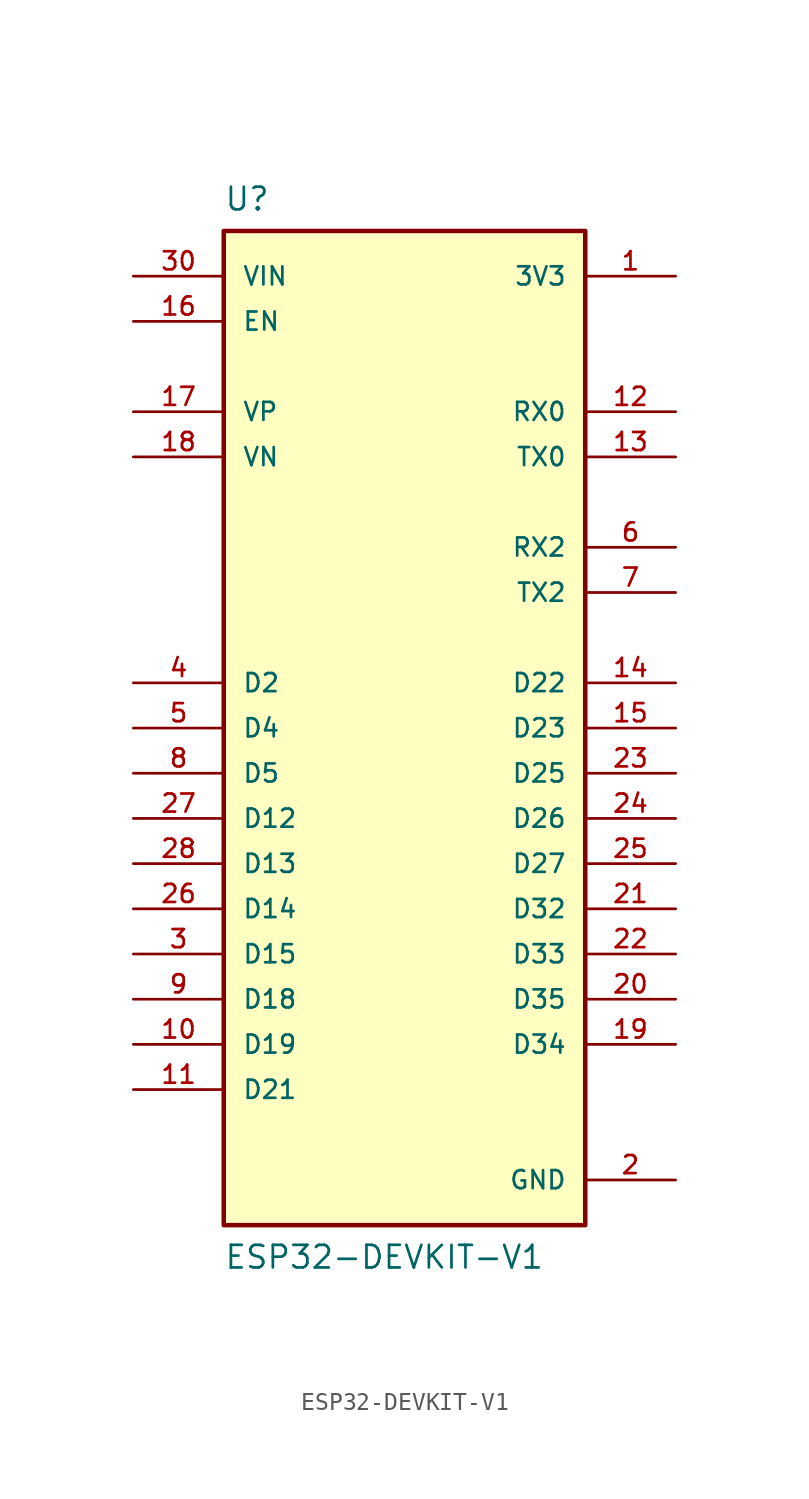
<source format=kicad_sym>
(kicad_symbol_lib
  (version 20241209)
  (generator "kicad_symbol_editor")
  (generator_version "9.0")
  (symbol "ESP32-DEVKIT-V1"
    (pin_names
      (offset 1.016))
    (property "Reference" "U"
      (at -10.16 30.48 0)
      (effects (font (size 1.27 1.27)) (justify left top)))
    (property "Value" "ESP32-DEVKIT-V1"
      (at -10.16 -30.48 0)
      (effects (font (size 1.27 1.27)) (justify left bottom)))
    (symbol "ESP32-DEVKIT-V1_0_0"
      (rectangle (start -10.16 -27.94) (end 10.16 27.94) (stroke (width 0.254) (type default)) (fill (type background)))
      (pin input line (at -15.24 25.4 0) (length 5.08) (name "VIN" (effects (font (size 1.016 1.016)))) (number "30" (effects (font (size 1.016 1.016)))))
      (pin input line (at -15.24 22.86 0) (length 5.08) (name "EN" (effects (font (size 1.016 1.016)))) (number "16" (effects (font (size 1.016 1.016)))))
      (pin bidirectional line (at -15.24 17.78 0) (length 5.08) (name "VP" (effects (font (size 1.016 1.016)))) (number "17" (effects (font (size 1.016 1.016)))))
      (pin bidirectional line (at -15.24 15.24 0) (length 5.08) (name "VN" (effects (font (size 1.016 1.016)))) (number "18" (effects (font (size 1.016 1.016)))))
      (pin bidirectional line (at -15.24 2.54 0) (length 5.08) (name "D2" (effects (font (size 1.016 1.016)))) (number "4" (effects (font (size 1.016 1.016)))))
      (pin bidirectional line (at -15.24 0 0) (length 5.08) (name "D4" (effects (font (size 1.016 1.016)))) (number "5" (effects (font (size 1.016 1.016)))))
      (pin bidirectional line (at -15.24 -2.54 0) (length 5.08) (name "D5" (effects (font (size 1.016 1.016)))) (number "8" (effects (font (size 1.016 1.016)))))
      (pin bidirectional line (at -15.24 -5.08 0) (length 5.08) (name "D12" (effects (font (size 1.016 1.016)))) (number "27" (effects (font (size 1.016 1.016)))))
      (pin bidirectional line (at -15.24 -7.62 0) (length 5.08) (name "D13" (effects (font (size 1.016 1.016)))) (number "28" (effects (font (size 1.016 1.016)))))
      (pin bidirectional line (at -15.24 -10.16 0) (length 5.08) (name "D14" (effects (font (size 1.016 1.016)))) (number "26" (effects (font (size 1.016 1.016)))))
      (pin bidirectional line (at -15.24 -12.7 0) (length 5.08) (name "D15" (effects (font (size 1.016 1.016)))) (number "3" (effects (font (size 1.016 1.016)))))
      (pin bidirectional line (at -15.24 -15.24 0) (length 5.08) (name "D18" (effects (font (size 1.016 1.016)))) (number "9" (effects (font (size 1.016 1.016)))))
      (pin bidirectional line (at -15.24 -17.78 0) (length 5.08) (name "D19" (effects (font (size 1.016 1.016)))) (number "10" (effects (font (size 1.016 1.016)))))
      (pin bidirectional line (at -15.24 -20.32 0) (length 5.08) (name "D21" (effects (font (size 1.016 1.016)))) (number "11" (effects (font (size 1.016 1.016)))))
      (pin output line (at 15.24 25.4 180) (length 5.08) (name "3V3" (effects (font (size 1.016 1.016)))) (number "1" (effects (font (size 1.016 1.016)))))
      (pin input line (at 15.24 17.78 180) (length 5.08) (name "RX0" (effects (font (size 1.016 1.016)))) (number "12" (effects (font (size 1.016 1.016)))))
      (pin output line (at 15.24 15.24 180) (length 5.08) (name "TX0" (effects (font (size 1.016 1.016)))) (number "13" (effects (font (size 1.016 1.016)))))
      (pin input line (at 15.24 10.16 180) (length 5.08) (name "RX2" (effects (font (size 1.016 1.016)))) (number "6" (effects (font (size 1.016 1.016)))))
      (pin output line (at 15.24 7.62 180) (length 5.08) (name "TX2" (effects (font (size 1.016 1.016)))) (number "7" (effects (font (size 1.016 1.016)))))
      (pin bidirectional line (at 15.24 2.54 180) (length 5.08) (name "D22" (effects (font (size 1.016 1.016)))) (number "14" (effects (font (size 1.016 1.016)))))
      (pin bidirectional line (at 15.24 0 180) (length 5.08) (name "D23" (effects (font (size 1.016 1.016)))) (number "15" (effects (font (size 1.016 1.016)))))
      (pin bidirectional line (at 15.24 -2.54 180) (length 5.08) (name "D25" (effects (font (size 1.016 1.016)))) (number "23" (effects (font (size 1.016 1.016)))))
      (pin bidirectional line (at 15.24 -5.08 180) (length 5.08) (name "D26" (effects (font (size 1.016 1.016)))) (number "24" (effects (font (size 1.016 1.016)))))
      (pin bidirectional line (at 15.24 -7.62 180) (length 5.08) (name "D27" (effects (font (size 1.016 1.016)))) (number "25" (effects (font (size 1.016 1.016)))))
      (pin bidirectional line (at 15.24 -10.16 180) (length 5.08) (name "D32" (effects (font (size 1.016 1.016)))) (number "21" (effects (font (size 1.016 1.016)))))
      (pin bidirectional line (at 15.24 -12.7 180) (length 5.08) (name "D33" (effects (font (size 1.016 1.016)))) (number "22" (effects (font (size 1.016 1.016)))))
      (pin bidirectional line (at 15.24 -15.24 180) (length 5.08) (name "D35" (effects (font (size 1.016 1.016)))) (number "20" (effects (font (size 1.016 1.016)))))
      (pin bidirectional line (at 15.24 -17.78 180) (length 5.08) (name "D34" (effects (font (size 1.016 1.016)))) (number "19" (effects (font (size 1.016 1.016)))))
      (pin power_in line (at 15.24 -25.4 180) (length 5.08) (name "GND" (effects (font (size 1.016 1.016)))) (number "2" (effects (font (size 1.016 1.016)))))
      (pin power_in line (at 15.24 -25.4 180) (length 5.08) (hide yes) (name "GND" (effects (font (size 1.016 1.016)))) (number "29" (effects (font (size 1.016 1.016))))))))
</source>
